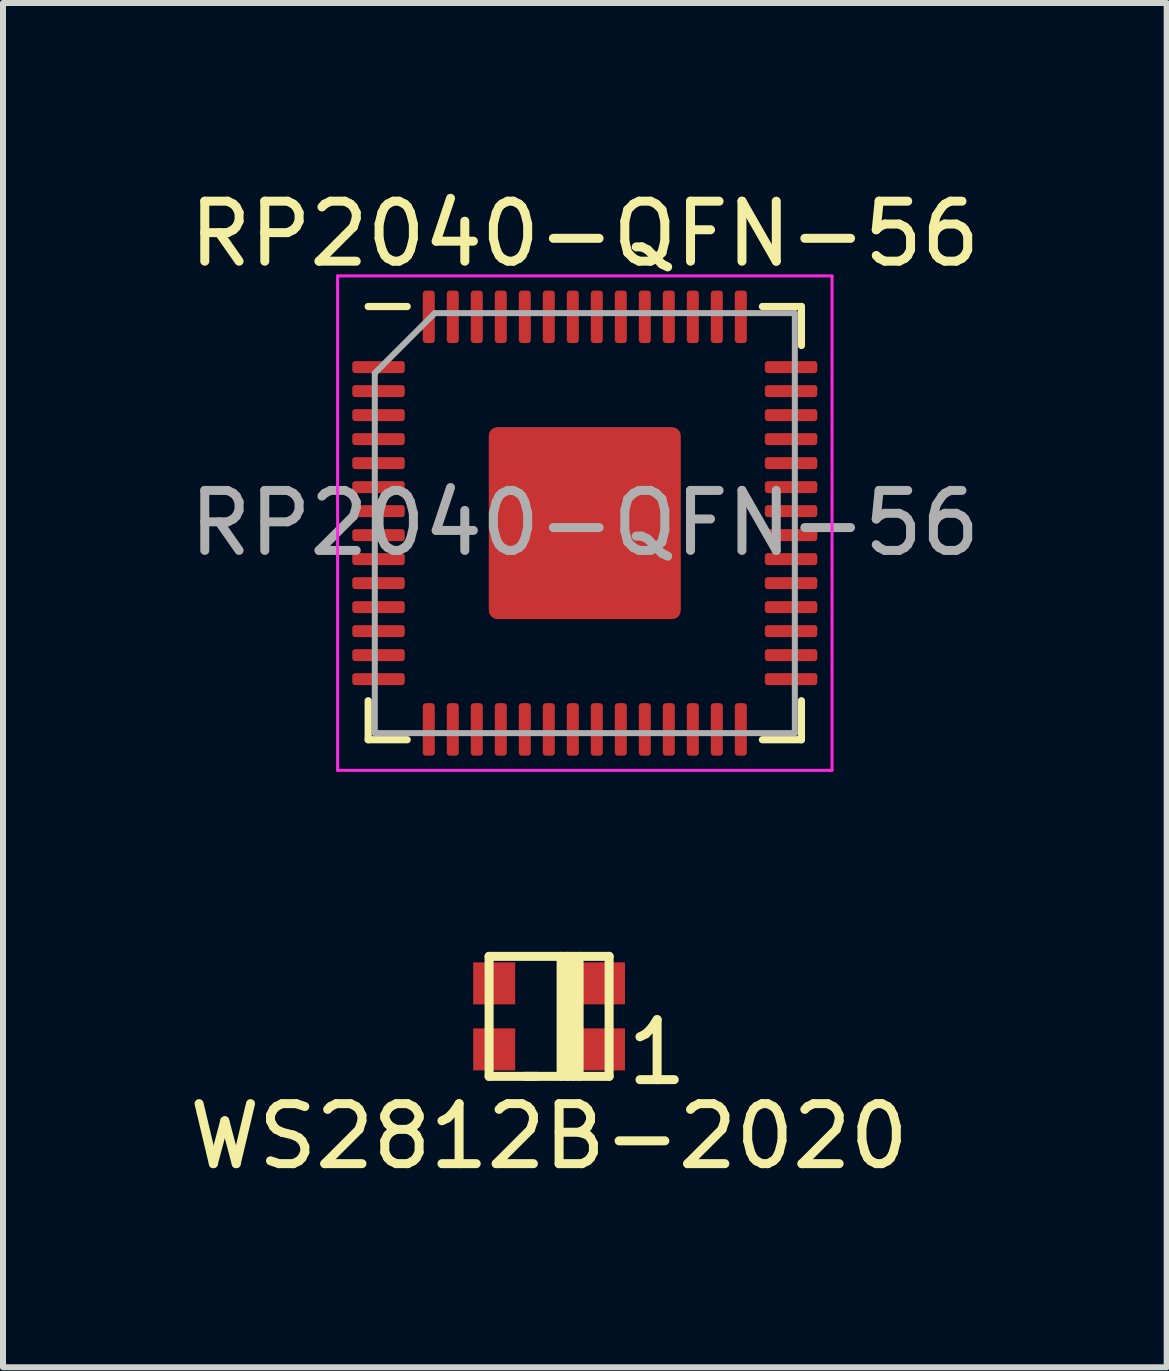
<source format=kicad_pcb>
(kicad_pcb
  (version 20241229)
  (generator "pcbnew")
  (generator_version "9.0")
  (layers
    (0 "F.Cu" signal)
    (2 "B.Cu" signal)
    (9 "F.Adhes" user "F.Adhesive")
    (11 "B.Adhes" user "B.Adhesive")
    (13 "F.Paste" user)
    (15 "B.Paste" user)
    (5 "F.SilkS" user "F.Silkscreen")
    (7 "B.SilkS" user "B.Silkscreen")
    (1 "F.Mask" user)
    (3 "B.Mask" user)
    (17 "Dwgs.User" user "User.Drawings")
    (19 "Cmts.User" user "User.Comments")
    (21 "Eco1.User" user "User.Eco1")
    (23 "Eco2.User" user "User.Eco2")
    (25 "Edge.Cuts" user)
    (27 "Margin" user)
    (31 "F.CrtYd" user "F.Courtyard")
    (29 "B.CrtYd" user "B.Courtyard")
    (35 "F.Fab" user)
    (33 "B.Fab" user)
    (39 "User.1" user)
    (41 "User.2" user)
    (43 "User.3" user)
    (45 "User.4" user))
  (footprint "WS2812B-2020"
    (layer "F.Cu")
    (at 6.101 13.888)
    (property "Reference" "WS2812B-2020" (at 0 2 0) (layer "F.SilkS") (effects (font (size 1 1) (thickness 0.15))))
    (attr smd)
    (fp_line (start -1 -1) (end -1 1) (stroke (width 0.15) (type solid)) (layer "F.SilkS"))
    (fp_line (start -1 1) (end 1 1) (stroke (width 0.15) (type solid)) (layer "F.SilkS"))
    (fp_line (start -0.4 1) (end -0.2 1) (stroke (width 0.15) (type solid)) (layer "F.SilkS"))
    (fp_line (start 0.2 -1) (end 0.2 1) (stroke (width 0.15) (type solid)) (layer "F.SilkS"))
    (fp_line (start 0.3 1) (end 0.3 -1) (stroke (width 0.15) (type solid)) (layer "F.SilkS"))
    (fp_line (start 0.4 1) (end 0.4 -1) (stroke (width 0.15) (type solid)) (layer "F.SilkS"))
    (fp_line (start 0.5 1) (end 0.5 -1) (stroke (width 0.15) (type solid)) (layer "F.SilkS"))
    (fp_line (start 1 -1) (end -1 -1) (stroke (width 0.15) (type solid)) (layer "F.SilkS"))
    (fp_line (start 1 1) (end 1 -1) (stroke (width 0.15) (type solid)) (layer "F.SilkS"))
    (fp_text user "1" (at 1.8 0.6 0) (layer "F.SilkS") (effects (font (size 1 1) (thickness 0.15))))
    (pad "1" smd rect (at 0.915 0.55) (size 0.7 0.7) (layers "F.Cu" "F.Mask" "F.Paste"))
    (pad "2" smd rect (at 0.915 -0.55) (size 0.7 0.7) (layers "F.Cu" "F.Mask" "F.Paste"))
    (pad "3" smd rect (at -0.915 -0.55) (size 0.7 0.7) (layers "F.Cu" "F.Mask" "F.Paste"))
    (pad "4" smd rect (at -0.915 0.55) (size 0.7 0.7) (layers "F.Cu" "F.Mask" "F.Paste")))
  (footprint "RP2040-QFN-56"
    (layer "F.Cu")
    (at 6.696 5.668)
    (property "Reference" "RP2040-QFN-56" (at 0 -4.82 0) (layer "F.SilkS") (effects (font (size 1 1) (thickness 0.15))))
    (attr smd)
    (fp_line (start -3.61 3.61) (end -3.61 2.96) (stroke (width 0.12) (type solid)) (layer "F.SilkS"))
    (fp_line (start -2.96 -3.61) (end -3.61 -3.61) (stroke (width 0.12) (type solid)) (layer "F.SilkS"))
    (fp_line (start -2.96 3.61) (end -3.61 3.61) (stroke (width 0.12) (type solid)) (layer "F.SilkS"))
    (fp_line (start 2.96 -3.61) (end 3.61 -3.61) (stroke (width 0.12) (type solid)) (layer "F.SilkS"))
    (fp_line (start 2.96 3.61) (end 3.61 3.61) (stroke (width 0.12) (type solid)) (layer "F.SilkS"))
    (fp_line (start 3.61 -3.61) (end 3.61 -2.96) (stroke (width 0.12) (type solid)) (layer "F.SilkS"))
    (fp_line (start 3.61 3.61) (end 3.61 2.96) (stroke (width 0.12) (type solid)) (layer "F.SilkS"))
    (fp_line (start -4.12 -4.12) (end -4.12 4.12) (stroke (width 0.05) (type solid)) (layer "F.CrtYd"))
    (fp_line (start -4.12 4.12) (end 4.12 4.12) (stroke (width 0.05) (type solid)) (layer "F.CrtYd"))
    (fp_line (start 4.12 -4.12) (end -4.12 -4.12) (stroke (width 0.05) (type solid)) (layer "F.CrtYd"))
    (fp_line (start 4.12 4.12) (end 4.12 -4.12) (stroke (width 0.05) (type solid)) (layer "F.CrtYd"))
    (fp_line (start -3.5 -2.5) (end -2.5 -3.5) (stroke (width 0.1) (type solid)) (layer "F.Fab"))
    (fp_line (start -3.5 3.5) (end -3.5 -2.5) (stroke (width 0.1) (type solid)) (layer "F.Fab"))
    (fp_line (start -2.5 -3.5) (end 3.5 -3.5) (stroke (width 0.1) (type solid)) (layer "F.Fab"))
    (fp_line (start 3.5 -3.5) (end 3.5 3.5) (stroke (width 0.1) (type solid)) (layer "F.Fab"))
    (fp_line (start 3.5 3.5) (end -3.5 3.5) (stroke (width 0.1) (type solid)) (layer "F.Fab"))
    (fp_text user "${REFERENCE}" (at 0 0 0) (layer "F.Fab") (effects (font (size 1 1) (thickness 0.15))))
    (pad "1" smd roundrect (at -3.438 -2.6) (size 0.875 0.2) (layers "F.Cu" "F.Mask" "F.Paste") (roundrect_rratio 0.25))
    (pad "2" smd roundrect (at -3.438 -2.2) (size 0.875 0.2) (layers "F.Cu" "F.Mask" "F.Paste") (roundrect_rratio 0.25))
    (pad "3" smd roundrect (at -3.438 -1.8) (size 0.875 0.2) (layers "F.Cu" "F.Mask" "F.Paste") (roundrect_rratio 0.25))
    (pad "4" smd roundrect (at -3.438 -1.4) (size 0.875 0.2) (layers "F.Cu" "F.Mask" "F.Paste") (roundrect_rratio 0.25))
    (pad "5" smd roundrect (at -3.438 -1) (size 0.875 0.2) (layers "F.Cu" "F.Mask" "F.Paste") (roundrect_rratio 0.25))
    (pad "6" smd roundrect (at -3.438 -0.6) (size 0.875 0.2) (layers "F.Cu" "F.Mask" "F.Paste") (roundrect_rratio 0.25))
    (pad "7" smd roundrect (at -3.438 -0.2) (size 0.875 0.2) (layers "F.Cu" "F.Mask" "F.Paste") (roundrect_rratio 0.25))
    (pad "8" smd roundrect (at -3.438 0.2) (size 0.875 0.2) (layers "F.Cu" "F.Mask" "F.Paste") (roundrect_rratio 0.25))
    (pad "9" smd roundrect (at -3.438 0.6) (size 0.875 0.2) (layers "F.Cu" "F.Mask" "F.Paste") (roundrect_rratio 0.25))
    (pad "10" smd roundrect (at -3.438 1) (size 0.875 0.2) (layers "F.Cu" "F.Mask" "F.Paste") (roundrect_rratio 0.25))
    (pad "11" smd roundrect (at -3.438 1.4) (size 0.875 0.2) (layers "F.Cu" "F.Mask" "F.Paste") (roundrect_rratio 0.25))
    (pad "12" smd roundrect (at -3.438 1.8) (size 0.875 0.2) (layers "F.Cu" "F.Mask" "F.Paste") (roundrect_rratio 0.25))
    (pad "13" smd roundrect (at -3.438 2.2) (size 0.875 0.2) (layers "F.Cu" "F.Mask" "F.Paste") (roundrect_rratio 0.25))
    (pad "14" smd roundrect (at -3.438 2.6) (size 0.875 0.2) (layers "F.Cu" "F.Mask" "F.Paste") (roundrect_rratio 0.25))
    (pad "15" smd roundrect (at -2.6 3.438) (size 0.2 0.875) (layers "F.Cu" "F.Mask" "F.Paste") (roundrect_rratio 0.25))
    (pad "16" smd roundrect (at -2.2 3.438) (size 0.2 0.875) (layers "F.Cu" "F.Mask" "F.Paste") (roundrect_rratio 0.25))
    (pad "17" smd roundrect (at -1.8 3.438) (size 0.2 0.875) (layers "F.Cu" "F.Mask" "F.Paste") (roundrect_rratio 0.25))
    (pad "18" smd roundrect (at -1.4 3.438) (size 0.2 0.875) (layers "F.Cu" "F.Mask" "F.Paste") (roundrect_rratio 0.25))
    (pad "19" smd roundrect (at -1 3.438) (size 0.2 0.875) (layers "F.Cu" "F.Mask" "F.Paste") (roundrect_rratio 0.25))
    (pad "20" smd roundrect (at -0.6 3.438) (size 0.2 0.875) (layers "F.Cu" "F.Mask" "F.Paste") (roundrect_rratio 0.25))
    (pad "21" smd roundrect (at -0.2 3.438) (size 0.2 0.875) (layers "F.Cu" "F.Mask" "F.Paste") (roundrect_rratio 0.25))
    (pad "22" smd roundrect (at 0.2 3.438) (size 0.2 0.875) (layers "F.Cu" "F.Mask" "F.Paste") (roundrect_rratio 0.25))
    (pad "23" smd roundrect (at 0.6 3.438) (size 0.2 0.875) (layers "F.Cu" "F.Mask" "F.Paste") (roundrect_rratio 0.25))
    (pad "24" smd roundrect (at 1 3.438) (size 0.2 0.875) (layers "F.Cu" "F.Mask" "F.Paste") (roundrect_rratio 0.25))
    (pad "25" smd roundrect (at 1.4 3.438) (size 0.2 0.875) (layers "F.Cu" "F.Mask" "F.Paste") (roundrect_rratio 0.25))
    (pad "26" smd roundrect (at 1.8 3.438) (size 0.2 0.875) (layers "F.Cu" "F.Mask" "F.Paste") (roundrect_rratio 0.25))
    (pad "27" smd roundrect (at 2.2 3.438) (size 0.2 0.875) (layers "F.Cu" "F.Mask" "F.Paste") (roundrect_rratio 0.25))
    (pad "28" smd roundrect (at 2.6 3.438) (size 0.2 0.875) (layers "F.Cu" "F.Mask" "F.Paste") (roundrect_rratio 0.25))
    (pad "29" smd roundrect (at 3.438 2.6) (size 0.875 0.2) (layers "F.Cu" "F.Mask" "F.Paste") (roundrect_rratio 0.25))
    (pad "30" smd roundrect (at 3.438 2.2) (size 0.875 0.2) (layers "F.Cu" "F.Mask" "F.Paste") (roundrect_rratio 0.25))
    (pad "31" smd roundrect (at 3.438 1.8) (size 0.875 0.2) (layers "F.Cu" "F.Mask" "F.Paste") (roundrect_rratio 0.25))
    (pad "32" smd roundrect (at 3.438 1.4) (size 0.875 0.2) (layers "F.Cu" "F.Mask" "F.Paste") (roundrect_rratio 0.25))
    (pad "33" smd roundrect (at 3.438 1) (size 0.875 0.2) (layers "F.Cu" "F.Mask" "F.Paste") (roundrect_rratio 0.25))
    (pad "34" smd roundrect (at 3.438 0.6) (size 0.875 0.2) (layers "F.Cu" "F.Mask" "F.Paste") (roundrect_rratio 0.25))
    (pad "35" smd roundrect (at 3.438 0.2) (size 0.875 0.2) (layers "F.Cu" "F.Mask" "F.Paste") (roundrect_rratio 0.25))
    (pad "36" smd roundrect (at 3.438 -0.2) (size 0.875 0.2) (layers "F.Cu" "F.Mask" "F.Paste") (roundrect_rratio 0.25))
    (pad "37" smd roundrect (at 3.438 -0.6) (size 0.875 0.2) (layers "F.Cu" "F.Mask" "F.Paste") (roundrect_rratio 0.25))
    (pad "38" smd roundrect (at 3.438 -1) (size 0.875 0.2) (layers "F.Cu" "F.Mask" "F.Paste") (roundrect_rratio 0.25))
    (pad "39" smd roundrect (at 3.438 -1.4) (size 0.875 0.2) (layers "F.Cu" "F.Mask" "F.Paste") (roundrect_rratio 0.25))
    (pad "40" smd roundrect (at 3.438 -1.8) (size 0.875 0.2) (layers "F.Cu" "F.Mask" "F.Paste") (roundrect_rratio 0.25))
    (pad "41" smd roundrect (at 3.438 -2.2) (size 0.875 0.2) (layers "F.Cu" "F.Mask" "F.Paste") (roundrect_rratio 0.25))
    (pad "42" smd roundrect (at 3.438 -2.6) (size 0.875 0.2) (layers "F.Cu" "F.Mask" "F.Paste") (roundrect_rratio 0.25))
    (pad "43" smd roundrect (at 2.6 -3.438) (size 0.2 0.875) (layers "F.Cu" "F.Mask" "F.Paste") (roundrect_rratio 0.25))
    (pad "44" smd roundrect (at 2.2 -3.438) (size 0.2 0.875) (layers "F.Cu" "F.Mask" "F.Paste") (roundrect_rratio 0.25))
    (pad "45" smd roundrect (at 1.8 -3.438) (size 0.2 0.875) (layers "F.Cu" "F.Mask" "F.Paste") (roundrect_rratio 0.25))
    (pad "46" smd roundrect (at 1.4 -3.438) (size 0.2 0.875) (layers "F.Cu" "F.Mask" "F.Paste") (roundrect_rratio 0.25))
    (pad "47" smd roundrect (at 1 -3.438) (size 0.2 0.875) (layers "F.Cu" "F.Mask" "F.Paste") (roundrect_rratio 0.25))
    (pad "48" smd roundrect (at 0.6 -3.438) (size 0.2 0.875) (layers "F.Cu" "F.Mask" "F.Paste") (roundrect_rratio 0.25))
    (pad "49" smd roundrect (at 0.2 -3.438) (size 0.2 0.875) (layers "F.Cu" "F.Mask" "F.Paste") (roundrect_rratio 0.25))
    (pad "50" smd roundrect (at -0.2 -3.438) (size 0.2 0.875) (layers "F.Cu" "F.Mask" "F.Paste") (roundrect_rratio 0.25))
    (pad "51" smd roundrect (at -0.6 -3.438) (size 0.2 0.875) (layers "F.Cu" "F.Mask" "F.Paste") (roundrect_rratio 0.25))
    (pad "52" smd roundrect (at -1 -3.438) (size 0.2 0.875) (layers "F.Cu" "F.Mask" "F.Paste") (roundrect_rratio 0.25))
    (pad "53" smd roundrect (at -1.4 -3.438) (size 0.2 0.875) (layers "F.Cu" "F.Mask" "F.Paste") (roundrect_rratio 0.25))
    (pad "54" smd roundrect (at -1.8 -3.438) (size 0.2 0.875) (layers "F.Cu" "F.Mask" "F.Paste") (roundrect_rratio 0.25))
    (pad "55" smd roundrect (at -2.2 -3.438) (size 0.2 0.875) (layers "F.Cu" "F.Mask" "F.Paste") (roundrect_rratio 0.25))
    (pad "56" smd roundrect (at -2.6 -3.438) (size 0.2 0.875) (layers "F.Cu" "F.Mask" "F.Paste") (roundrect_rratio 0.25))
    (pad "57" smd roundrect (at 0 0) (size 3.2 3.2) (layers "F.Cu" "F.Mask") (roundrect_rratio 0.045)))
  (gr_rect
    (start -3 -3)
    (end 16.393 19.736)
    (stroke (width 0.1) (type default))
    (fill no)
    (layer "Edge.Cuts")))
</source>
